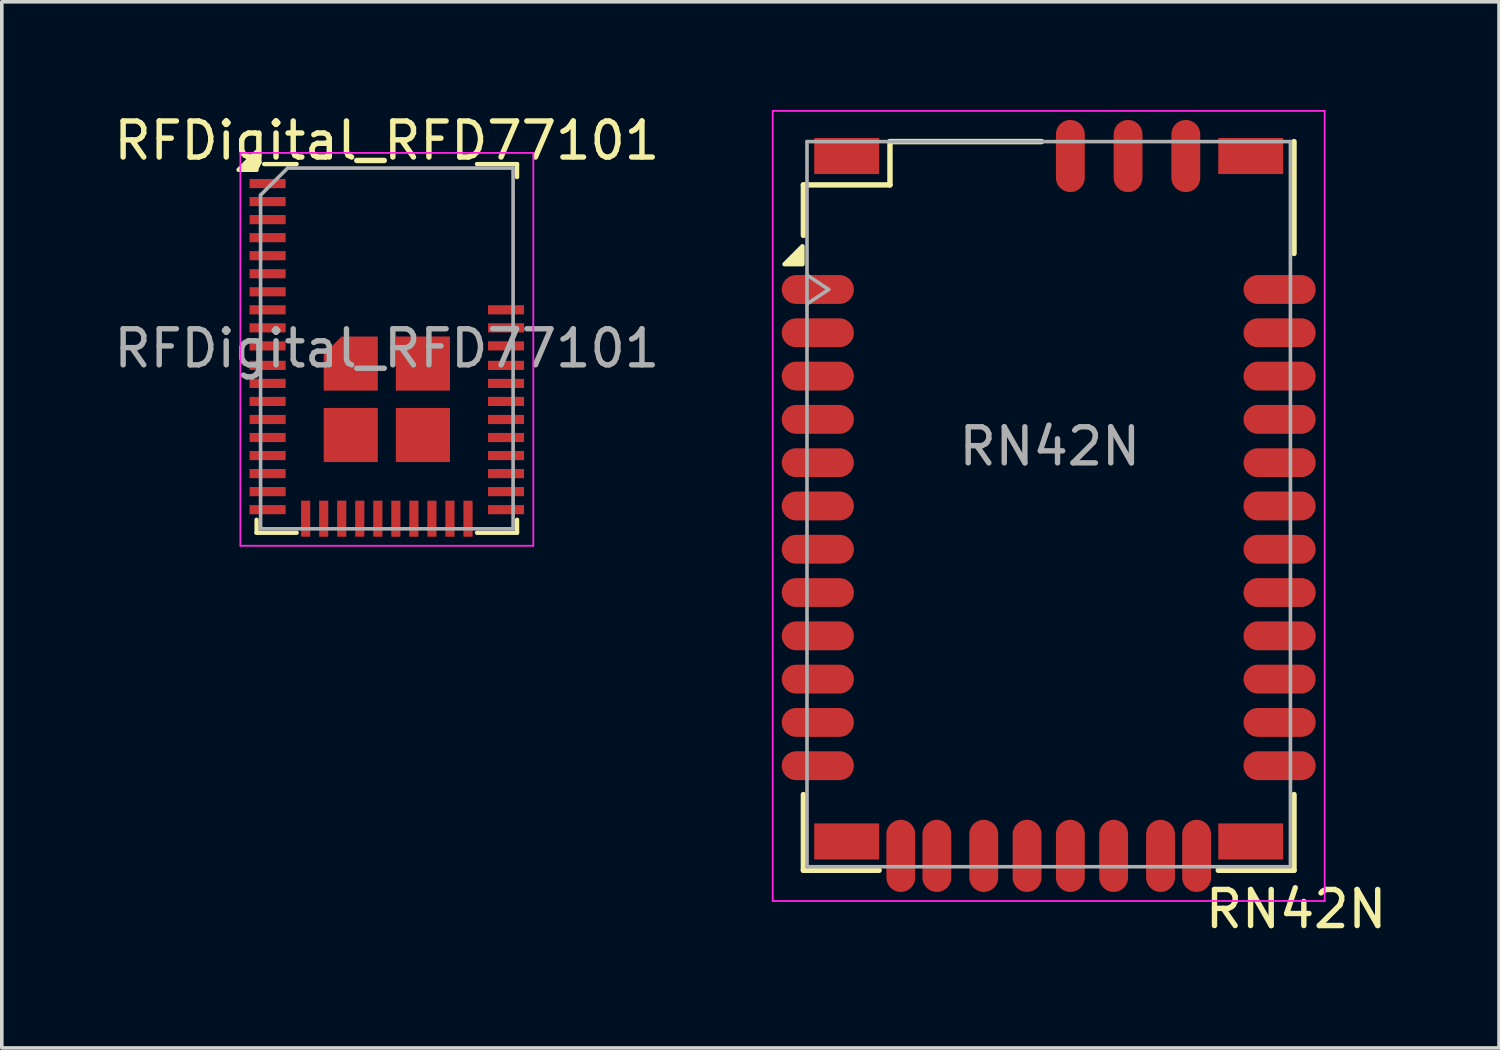
<source format=kicad_pcb>
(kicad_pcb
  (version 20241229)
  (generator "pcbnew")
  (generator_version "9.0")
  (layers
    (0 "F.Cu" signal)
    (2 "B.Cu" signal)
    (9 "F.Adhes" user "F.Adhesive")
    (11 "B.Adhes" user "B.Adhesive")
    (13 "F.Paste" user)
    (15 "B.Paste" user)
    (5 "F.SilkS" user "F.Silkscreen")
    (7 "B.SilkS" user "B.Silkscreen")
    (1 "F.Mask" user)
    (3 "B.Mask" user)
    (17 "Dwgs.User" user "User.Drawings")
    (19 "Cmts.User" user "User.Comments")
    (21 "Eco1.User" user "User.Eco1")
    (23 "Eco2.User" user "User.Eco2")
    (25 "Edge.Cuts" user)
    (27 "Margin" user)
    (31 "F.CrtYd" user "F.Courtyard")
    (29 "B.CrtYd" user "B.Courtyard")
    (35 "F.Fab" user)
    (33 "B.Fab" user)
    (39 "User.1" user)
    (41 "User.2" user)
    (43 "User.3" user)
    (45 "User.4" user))
  (footprint "RFDigital_RFD77101"
    (layer "F.Cu")
    (at 7.673 6.608)
    (property "Reference" "RFDigital_RFD77101" (at 0 -5.76 0) (layer "F.SilkS") (effects (font (size 1 1) (thickness 0.15))))
    (attr smd)
    (fp_line (start -3.61 4.75) (end -3.61 5.11) (stroke (width 0.12) (type solid)) (layer "F.SilkS"))
    (fp_line (start -3.61 5.11) (end -2.5 5.11) (stroke (width 0.12) (type solid)) (layer "F.SilkS"))
    (fp_line (start -3.4 -5.11) (end -2.5 -5.11) (stroke (width 0.12) (type solid)) (layer "F.SilkS"))
    (fp_line (start 3.61 -5.11) (end 2.5 -5.11) (stroke (width 0.12) (type solid)) (layer "F.SilkS"))
    (fp_line (start 3.61 -4.75) (end 3.61 -5.11) (stroke (width 0.12) (type solid)) (layer "F.SilkS"))
    (fp_line (start 3.61 4.75) (end 3.61 5.11) (stroke (width 0.12) (type solid)) (layer "F.SilkS"))
    (fp_line (start 3.61 5.11) (end 2.5 5.11) (stroke (width 0.12) (type solid)) (layer "F.SilkS"))
    (fp_poly (pts (xy -3.61 -4.95) (xy -4.11 -4.95) (xy -3.61 -5.45) (xy -3.61 -4.95)) (stroke (width 0.12) (type solid)) (fill yes) (layer "F.SilkS"))
    (fp_line (start -4.06 -5.42) (end -4.06 5.47) (stroke (width 0.05) (type solid)) (layer "F.CrtYd"))
    (fp_line (start -4.06 5.47) (end 4.06 5.47) (stroke (width 0.05) (type solid)) (layer "F.CrtYd"))
    (fp_line (start 4.06 -5.42) (end -4.06 -5.42) (stroke (width 0.05) (type solid)) (layer "F.CrtYd"))
    (fp_line (start 4.06 5.47) (end 4.06 -5.42) (stroke (width 0.05) (type solid)) (layer "F.CrtYd"))
    (fp_line (start -3.5 -4.25) (end -3.5 5) (stroke (width 0.1) (type solid)) (layer "F.Fab"))
    (fp_line (start -3.5 5) (end 3.5 5) (stroke (width 0.1) (type solid)) (layer "F.Fab"))
    (fp_line (start -2.75 -5) (end -3.5 -4.25) (stroke (width 0.1) (type solid)) (layer "F.Fab"))
    (fp_line (start 3.5 -5) (end -2.75 -5) (stroke (width 0.1) (type solid)) (layer "F.Fab"))
    (fp_line (start 3.5 5) (end 3.5 -5) (stroke (width 0.1) (type solid)) (layer "F.Fab"))
    (fp_text user "${REFERENCE}" (at 0 0 0) (layer "F.Fab") (effects (font (size 1 1) (thickness 0.15))))
    (pad "1" smd rect (at -3.305 -4.57) (size 1 0.254) (layers "F.Cu" "F.Mask" "F.Paste"))
    (pad "2" smd rect (at -3.305 -4.07) (size 1 0.254) (layers "F.Cu" "F.Mask" "F.Paste"))
    (pad "3" smd rect (at -3.305 -3.57) (size 1 0.254) (layers "F.Cu" "F.Mask" "F.Paste"))
    (pad "4" smd rect (at -3.305 -3.07) (size 1 0.254) (layers "F.Cu" "F.Mask" "F.Paste"))
    (pad "5" smd rect (at -3.305 -2.57) (size 1 0.254) (layers "F.Cu" "F.Mask" "F.Paste"))
    (pad "6" smd rect (at -3.305 -2.07) (size 1 0.254) (layers "F.Cu" "F.Mask" "F.Paste"))
    (pad "7" smd rect (at -3.305 -1.57) (size 1 0.254) (layers "F.Cu" "F.Mask" "F.Paste"))
    (pad "8" smd rect (at -3.305 -1.07) (size 1 0.254) (layers "F.Cu" "F.Mask" "F.Paste"))
    (pad "9" smd rect (at -3.305 -0.57) (size 1 0.254) (layers "F.Cu" "F.Mask" "F.Paste"))
    (pad "10" smd rect (at -3.305 -0.07) (size 1 0.254) (layers "F.Cu" "F.Mask" "F.Paste"))
    (pad "11" smd rect (at -3.305 0.47) (size 1 0.254) (layers "F.Cu" "F.Mask" "F.Paste"))
    (pad "12" smd rect (at -3.305 0.97) (size 1 0.254) (layers "F.Cu" "F.Mask" "F.Paste"))
    (pad "13" smd rect (at -3.305 1.47) (size 1 0.254) (layers "F.Cu" "F.Mask" "F.Paste"))
    (pad "14" smd rect (at -3.305 1.97) (size 1 0.254) (layers "F.Cu" "F.Mask" "F.Paste"))
    (pad "15" smd rect (at -3.305 2.47) (size 1 0.254) (layers "F.Cu" "F.Mask" "F.Paste"))
    (pad "16" smd rect (at -3.305 2.97) (size 1 0.254) (layers "F.Cu" "F.Mask" "F.Paste"))
    (pad "17" smd rect (at -3.305 3.47) (size 1 0.254) (layers "F.Cu" "F.Mask" "F.Paste"))
    (pad "18" smd rect (at -3.305 3.97) (size 1 0.254) (layers "F.Cu" "F.Mask" "F.Paste"))
    (pad "19" smd rect (at -3.305 4.47) (size 1 0.254) (layers "F.Cu" "F.Mask" "F.Paste"))
    (pad "20" smd rect (at -2.25 4.72 90) (size 1 0.254) (layers "F.Cu" "F.Mask" "F.Paste"))
    (pad "21" smd rect (at -1.75 4.72 90) (size 1 0.254) (layers "F.Cu" "F.Mask" "F.Paste"))
    (pad "22" smd rect (at -1.25 4.72 90) (size 1 0.254) (layers "F.Cu" "F.Mask" "F.Paste"))
    (pad "23" smd rect (at -0.75 4.72 90) (size 1 0.254) (layers "F.Cu" "F.Mask" "F.Paste"))
    (pad "24" smd rect (at -0.25 4.72 90) (size 1 0.254) (layers "F.Cu" "F.Mask" "F.Paste"))
    (pad "25" smd rect (at 0.25 4.72 90) (size 1 0.254) (layers "F.Cu" "F.Mask" "F.Paste"))
    (pad "26" smd rect (at 0.75 4.72 90) (size 1 0.254) (layers "F.Cu" "F.Mask" "F.Paste"))
    (pad "27" smd rect (at 1.25 4.72 90) (size 1 0.254) (layers "F.Cu" "F.Mask" "F.Paste"))
    (pad "28" smd rect (at 1.75 4.72 90) (size 1 0.254) (layers "F.Cu" "F.Mask" "F.Paste"))
    (pad "29" smd rect (at 2.25 4.72 90) (size 1 0.254) (layers "F.Cu" "F.Mask" "F.Paste"))
    (pad "30" smd rect (at 3.305 4.47) (size 1 0.254) (layers "F.Cu" "F.Mask" "F.Paste"))
    (pad "31" smd rect (at 3.305 3.97) (size 1 0.254) (layers "F.Cu" "F.Mask" "F.Paste"))
    (pad "32" smd rect (at 3.305 3.47) (size 1 0.254) (layers "F.Cu" "F.Mask" "F.Paste"))
    (pad "33" smd rect (at 3.305 2.97) (size 1 0.254) (layers "F.Cu" "F.Mask" "F.Paste"))
    (pad "34" smd rect (at 3.305 2.47) (size 1 0.254) (layers "F.Cu" "F.Mask" "F.Paste"))
    (pad "35" smd rect (at 3.305 1.97) (size 1 0.254) (layers "F.Cu" "F.Mask" "F.Paste"))
    (pad "36" smd rect (at 3.305 1.47) (size 1 0.254) (layers "F.Cu" "F.Mask" "F.Paste"))
    (pad "37" smd rect (at 3.305 0.97) (size 1 0.254) (layers "F.Cu" "F.Mask" "F.Paste"))
    (pad "38" smd rect (at 3.305 0.47) (size 1 0.254) (layers "F.Cu" "F.Mask" "F.Paste"))
    (pad "39" smd rect (at 3.305 -0.07) (size 1 0.254) (layers "F.Cu" "F.Mask" "F.Paste"))
    (pad "40" smd rect (at 3.305 -0.57) (size 1 0.254) (layers "F.Cu" "F.Mask" "F.Paste"))
    (pad "41" smd rect (at 3.305 -1.07) (size 1 0.254) (layers "F.Cu" "F.Mask" "F.Paste"))
    (pad "42" smd roundrect (at -1 0.42) (size 1.5 1.5) (layers "F.Cu" "F.Mask" "F.Paste") (roundrect_rratio 0) (chamfer_ratio 0.33) (chamfer top_left))
    (pad "43" smd rect (at -1 2.4) (size 1.5 1.5) (layers "F.Cu" "F.Mask" "F.Paste"))
    (pad "44" smd rect (at 1 2.4) (size 1.5 1.5) (layers "F.Cu" "F.Mask" "F.Paste"))
    (pad "45" smd rect (at 1 0.42) (size 1.5 1.5) (layers "F.Cu" "F.Mask" "F.Paste")))
  (footprint "RN42N"
    (layer "F.Cu")
    (at 26.02 10.975)
    (property "Reference" "RN42N" (at 6.858 11.176 0) (layer "F.SilkS") (effects (font (size 1 1) (thickness 0.15))))
    (attr smd)
    (fp_line (start -6.8 -8.9) (end -4.4 -8.9) (stroke (width 0.15) (type solid)) (layer "F.SilkS"))
    (fp_line (start -6.8 -7.5) (end -6.8 -8.9) (stroke (width 0.15) (type solid)) (layer "F.SilkS"))
    (fp_line (start -6.8 10.1) (end -6.8 8) (stroke (width 0.15) (type solid)) (layer "F.SilkS"))
    (fp_line (start -4.7 10.1) (end -6.8 10.1) (stroke (width 0.15) (type solid)) (layer "F.SilkS"))
    (fp_line (start -4.4 -10.1) (end -4.4 -8.9) (stroke (width 0.15) (type solid)) (layer "F.SilkS"))
    (fp_line (start -4.4 -10.1) (end -0.2 -10.1) (stroke (width 0.15) (type solid)) (layer "F.SilkS"))
    (fp_line (start 4.7 10.1) (end 6.8 10.1) (stroke (width 0.15) (type solid)) (layer "F.SilkS"))
    (fp_line (start 6.8 -10.1) (end 6.8 -7) (stroke (width 0.15) (type solid)) (layer "F.SilkS"))
    (fp_line (start 6.8 10.1) (end 6.8 8) (stroke (width 0.15) (type solid)) (layer "F.SilkS"))
    (fp_poly (pts (xy -6.825 -6.7) (xy -7.325 -6.7) (xy -6.825 -7.2) (xy -6.825 -6.7)) (stroke (width 0.12) (type solid)) (fill yes) (layer "F.SilkS"))
    (fp_line (start -7.65 -10.95) (end 7.65 -10.95) (stroke (width 0.05) (type solid)) (layer "F.CrtYd"))
    (fp_line (start -7.65 10.95) (end -7.65 -10.95) (stroke (width 0.05) (type solid)) (layer "F.CrtYd"))
    (fp_line (start 7.65 -10.95) (end 7.65 10.95) (stroke (width 0.05) (type solid)) (layer "F.CrtYd"))
    (fp_line (start 7.65 10.95) (end -7.65 10.95) (stroke (width 0.05) (type solid)) (layer "F.CrtYd"))
    (fp_line (start -6.7 -10.1) (end -6.7 10) (stroke (width 0.1) (type solid)) (layer "F.Fab"))
    (fp_line (start -6.7 -6.4) (end -6.1 -6) (stroke (width 0.1) (type solid)) (layer "F.Fab"))
    (fp_line (start -6.7 10) (end 6.7 10) (stroke (width 0.1) (type solid)) (layer "F.Fab"))
    (fp_line (start -6.1 -6) (end -6.7 -5.6) (stroke (width 0.1) (type solid)) (layer "F.Fab"))
    (fp_line (start 6.7 -10.1) (end -6.7 -10.1) (stroke (width 0.1) (type solid)) (layer "F.Fab"))
    (fp_line (start 6.7 10) (end 6.7 -10.1) (stroke (width 0.1) (type solid)) (layer "F.Fab"))
    (fp_text user "${REFERENCE}" (at 0.03 -1.65 0) (layer "F.Fab") (effects (font (size 1 1) (thickness 0.15))))
    (pad "1" smd oval (at -6.4 -6) (size 2 0.8) (layers "F.Cu" "F.Mask" "F.Paste"))
    (pad "2" smd oval (at -6.4 -4.8) (size 2 0.8) (layers "F.Cu" "F.Mask" "F.Paste"))
    (pad "3" smd oval (at -6.4 -3.6) (size 2 0.8) (layers "F.Cu" "F.Mask" "F.Paste"))
    (pad "4" smd oval (at -6.4 -2.4) (size 2 0.8) (layers "F.Cu" "F.Mask" "F.Paste"))
    (pad "5" smd oval (at -6.4 -1.2) (size 2 0.8) (layers "F.Cu" "F.Mask" "F.Paste"))
    (pad "6" smd oval (at -6.4 0) (size 2 0.8) (layers "F.Cu" "F.Mask" "F.Paste"))
    (pad "7" smd oval (at -6.4 1.2) (size 2 0.8) (layers "F.Cu" "F.Mask" "F.Paste"))
    (pad "8" smd oval (at -6.4 2.4) (size 2 0.8) (layers "F.Cu" "F.Mask" "F.Paste"))
    (pad "9" smd oval (at -6.4 3.6) (size 2 0.8) (layers "F.Cu" "F.Mask" "F.Paste"))
    (pad "10" smd oval (at -6.4 4.8) (size 2 0.8) (layers "F.Cu" "F.Mask" "F.Paste"))
    (pad "11" smd oval (at -6.4 6) (size 2 0.8) (layers "F.Cu" "F.Mask" "F.Paste"))
    (pad "12" smd oval (at -6.4 7.2) (size 2 0.8) (layers "F.Cu" "F.Mask" "F.Paste"))
    (pad "13" smd oval (at 6.4 7.2) (size 2 0.8) (layers "F.Cu" "F.Mask" "F.Paste"))
    (pad "14" smd oval (at 6.4 6) (size 2 0.8) (layers "F.Cu" "F.Mask" "F.Paste"))
    (pad "15" smd oval (at 6.4 4.8) (size 2 0.8) (layers "F.Cu" "F.Mask" "F.Paste"))
    (pad "16" smd oval (at 6.4 3.6) (size 2 0.8) (layers "F.Cu" "F.Mask" "F.Paste"))
    (pad "17" smd oval (at 6.4 2.4) (size 2 0.8) (layers "F.Cu" "F.Mask" "F.Paste"))
    (pad "18" smd oval (at 6.4 1.2) (size 2 0.8) (layers "F.Cu" "F.Mask" "F.Paste"))
    (pad "19" smd oval (at 6.4 0) (size 2 0.8) (layers "F.Cu" "F.Mask" "F.Paste"))
    (pad "20" smd oval (at 6.4 -1.2) (size 2 0.8) (layers "F.Cu" "F.Mask" "F.Paste"))
    (pad "21" smd oval (at 6.4 -2.4) (size 2 0.8) (layers "F.Cu" "F.Mask" "F.Paste"))
    (pad "22" smd oval (at 6.4 -3.6) (size 2 0.8) (layers "F.Cu" "F.Mask" "F.Paste"))
    (pad "23" smd oval (at 6.4 -4.8) (size 2 0.8) (layers "F.Cu" "F.Mask" "F.Paste"))
    (pad "24" smd oval (at 6.4 -6) (size 2 0.8) (layers "F.Cu" "F.Mask" "F.Paste"))
    (pad "25" smd oval (at 3.8 -9.7 90) (size 2 0.8) (layers "F.Cu" "F.Mask" "F.Paste"))
    (pad "26" smd oval (at 2.2 -9.7 90) (size 2 0.8) (layers "F.Cu" "F.Mask" "F.Paste"))
    (pad "27" smd oval (at 0.6 -9.7 90) (size 2 0.8) (layers "F.Cu" "F.Mask" "F.Paste"))
    (pad "28" smd oval (at 3.1 9.7 90) (size 2 0.8) (layers "F.Cu" "F.Mask" "F.Paste"))
    (pad "29" smd oval (at -3.1 9.7 90) (size 2 0.8) (layers "F.Cu" "F.Mask" "F.Paste"))
    (pad "30" smd oval (at 4.1 9.7 90) (size 2 0.8) (layers "F.Cu" "F.Mask" "F.Paste"))
    (pad "31" smd oval (at 1.8 9.7 90) (size 2 0.8) (layers "F.Cu" "F.Mask" "F.Paste"))
    (pad "32" smd oval (at 0.6 9.7 90) (size 2 0.8) (layers "F.Cu" "F.Mask" "F.Paste"))
    (pad "33" smd oval (at -0.6 9.7 90) (size 2 0.8) (layers "F.Cu" "F.Mask" "F.Paste"))
    (pad "34" smd oval (at -1.8 9.7 90) (size 2 0.8) (layers "F.Cu" "F.Mask" "F.Paste"))
    (pad "35" smd oval (at -4.1 9.7 90) (size 2 0.8) (layers "F.Cu" "F.Mask" "F.Paste"))
    (pad "36" smd rect (at -5.6 -9.7) (size 1.8 1) (layers "F.Cu" "F.Mask" "F.Paste"))
    (pad "36" smd rect (at -5.6 9.3) (size 1.8 1) (layers "F.Cu" "F.Mask" "F.Paste"))
    (pad "36" smd rect (at 5.6 -9.7) (size 1.8 1) (layers "F.Cu" "F.Mask" "F.Paste"))
    (pad "36" smd rect (at 5.6 9.3) (size 1.8 1) (layers "F.Cu" "F.Mask" "F.Paste")))
  (gr_rect
    (start -3 -3)
    (end 38.503 25.999)
    (stroke (width 0.1) (type default))
    (fill no)
    (layer "Edge.Cuts")))
</source>
